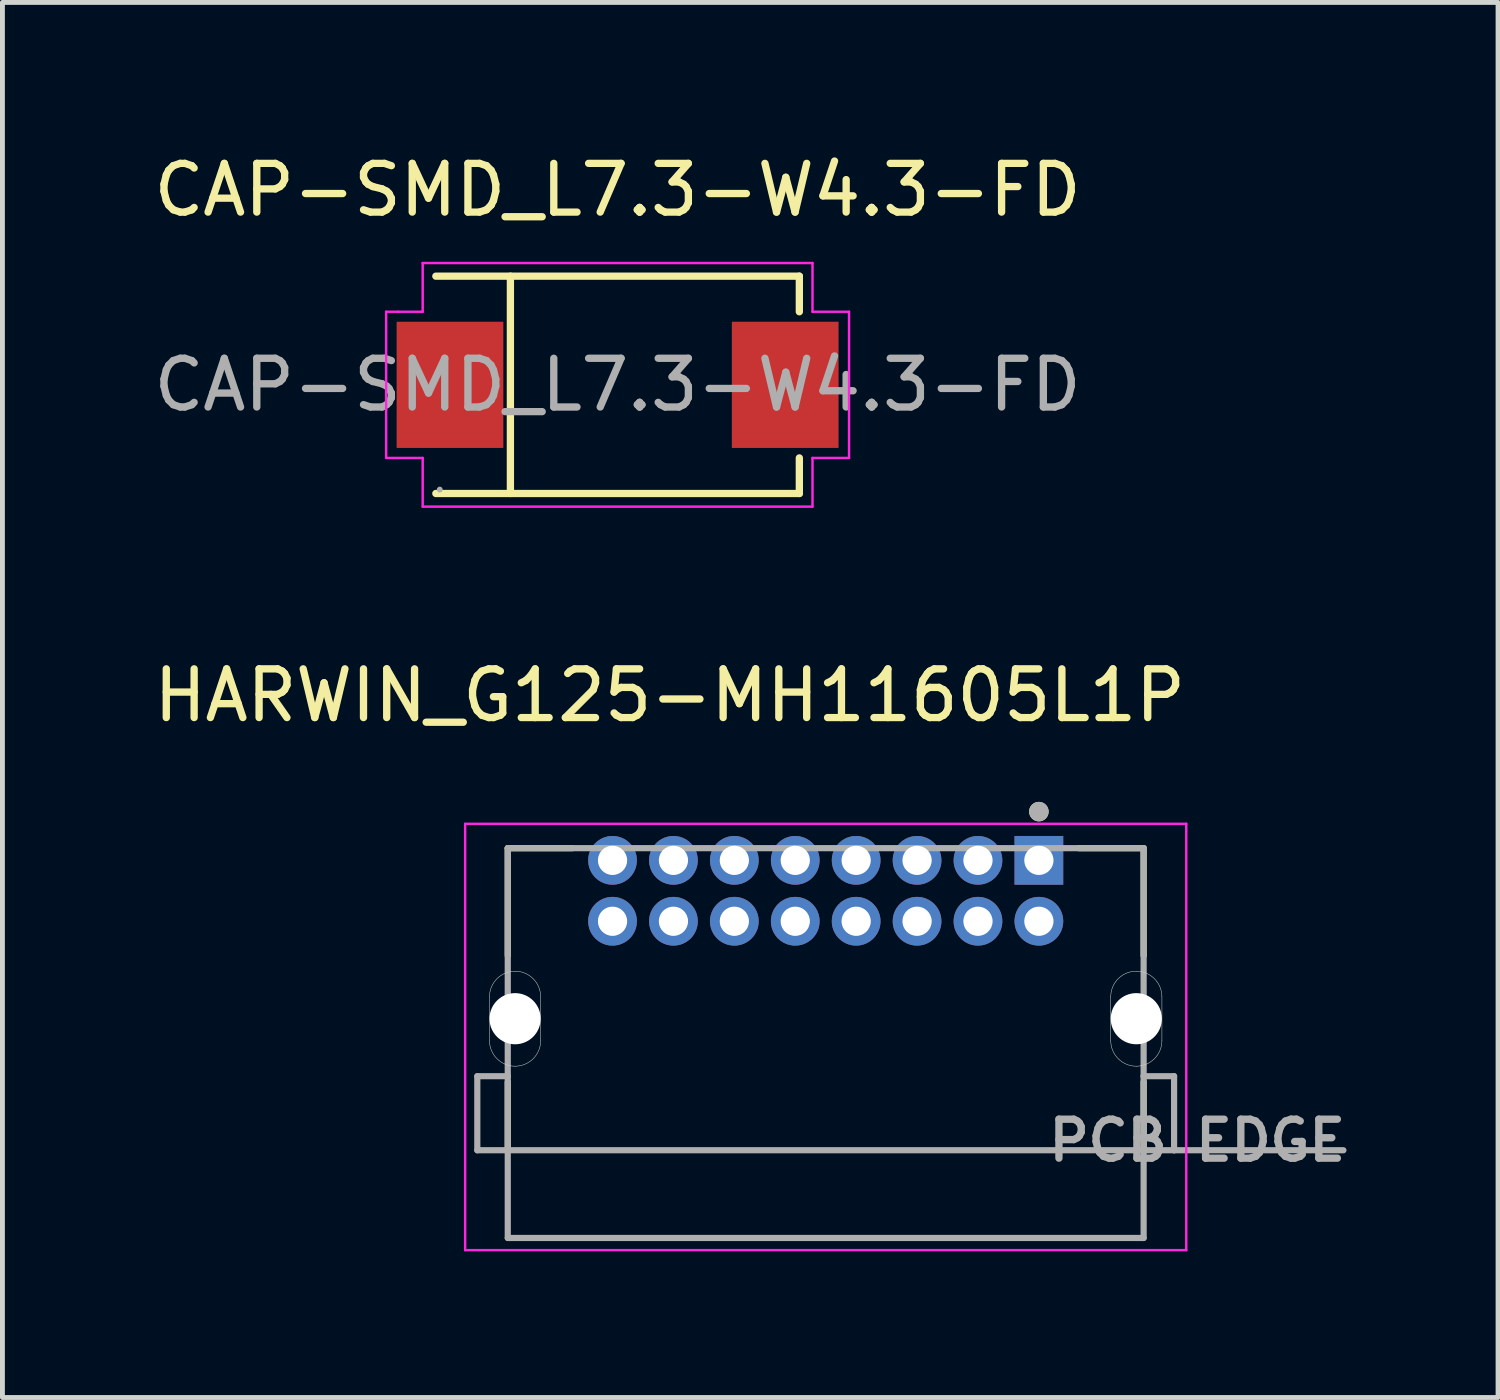
<source format=kicad_pcb>
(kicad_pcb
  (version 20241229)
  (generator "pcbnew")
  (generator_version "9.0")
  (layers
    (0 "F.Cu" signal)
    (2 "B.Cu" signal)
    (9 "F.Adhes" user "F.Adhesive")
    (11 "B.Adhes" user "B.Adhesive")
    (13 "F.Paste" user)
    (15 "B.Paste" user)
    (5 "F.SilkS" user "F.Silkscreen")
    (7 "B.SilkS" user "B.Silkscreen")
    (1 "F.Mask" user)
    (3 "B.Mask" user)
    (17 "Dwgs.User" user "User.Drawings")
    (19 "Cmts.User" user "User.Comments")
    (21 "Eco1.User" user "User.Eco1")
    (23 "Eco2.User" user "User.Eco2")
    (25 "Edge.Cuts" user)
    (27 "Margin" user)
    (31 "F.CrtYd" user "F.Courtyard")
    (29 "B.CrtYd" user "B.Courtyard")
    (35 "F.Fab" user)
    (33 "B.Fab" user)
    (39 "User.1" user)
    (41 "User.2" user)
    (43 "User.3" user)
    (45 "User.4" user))
  (footprint "CAP-SMD_L7.3-W4.3-FD"
    (layer "F.Cu")
    (at 9.625 4.848)
    (property "Reference" "CAP-SMD_L7.3-W4.3-FD" (at 0 -4 0) (layer "F.SilkS") (effects (font (size 1 1) (thickness 0.15))))
    (attr smd)
    (fp_line (start -3.73 -2.23) (end 3.73 -2.23) (stroke (width 0.15) (type solid)) (layer "F.SilkS"))
    (fp_line (start -3.73 2.23) (end 3.73 2.23) (stroke (width 0.15) (type solid)) (layer "F.SilkS"))
    (fp_line (start -2.2 -2.23) (end -2.2 2.23) (stroke (width 0.15) (type solid)) (layer "F.SilkS"))
    (fp_line (start 3.73 -2.23) (end 3.73 -1.5) (stroke (width 0.15) (type solid)) (layer "F.SilkS"))
    (fp_line (start 3.73 2.23) (end 3.73 1.5) (stroke (width 0.15) (type solid)) (layer "F.SilkS"))
    (fp_line (start -4.75 -1.5) (end -4.5 -1.5) (stroke (width 0.05) (type default)) (layer "F.CrtYd"))
    (fp_line (start -4.75 1.5) (end -4.75 -1.5) (stroke (width 0.05) (type default)) (layer "F.CrtYd"))
    (fp_line (start -4.5 -1.5) (end -4 -1.5) (stroke (width 0.05) (type default)) (layer "F.CrtYd"))
    (fp_line (start -4 -2.5) (end 4 -2.5) (stroke (width 0.05) (type default)) (layer "F.CrtYd"))
    (fp_line (start -4 -1.5) (end -4 -2.5) (stroke (width 0.05) (type default)) (layer "F.CrtYd"))
    (fp_line (start -4 1.5) (end -4.75 1.5) (stroke (width 0.05) (type default)) (layer "F.CrtYd"))
    (fp_line (start -4 2.5) (end -4 1.5) (stroke (width 0.05) (type default)) (layer "F.CrtYd"))
    (fp_line (start 4 -2.5) (end 4 -1.5) (stroke (width 0.05) (type default)) (layer "F.CrtYd"))
    (fp_line (start 4 -1.5) (end 4.75 -1.5) (stroke (width 0.05) (type default)) (layer "F.CrtYd"))
    (fp_line (start 4 1.5) (end 4 2.5) (stroke (width 0.05) (type default)) (layer "F.CrtYd"))
    (fp_line (start 4 2.5) (end -4 2.5) (stroke (width 0.05) (type default)) (layer "F.CrtYd"))
    (fp_line (start 4.75 -1.5) (end 4.75 1.5) (stroke (width 0.05) (type default)) (layer "F.CrtYd"))
    (fp_line (start 4.75 1.5) (end 4 1.5) (stroke (width 0.05) (type default)) (layer "F.CrtYd"))
    (fp_circle (center -3.65 2.15) (end -3.62 2.15) (stroke (width 0.06) (type solid)) (fill no) (layer "F.Fab"))
    (fp_text user "${REFERENCE}" (at 0 0 0) (layer "F.Fab") (effects (font (size 1 1) (thickness 0.15))))
    (pad "1" smd rect (at -3.44 0 180) (size 2.19 2.59) (layers "F.Cu" "F.Mask" "F.Paste"))
    (pad "2" smd rect (at 3.44 0 180) (size 2.19 2.59) (layers "F.Cu" "F.Mask" "F.Paste")))
  (footprint "HARWIN_G125-MH11605L1P"
    (layer "F.Cu")
    (at 13.896 17.857)
    (property "Reference" "HARWIN_G125-MH11605L1P" (at -3.2 -6.635 0) (layer "F.SilkS") (effects (font (size 1 1) (thickness 0.15))))
    (attr through_hole)
    (fp_poly (pts (xy -7 -0.45) (xy -7 0.45) (xy -6.999 0.483) (xy -6.997 0.515) (xy -6.992 0.548) (xy -6.986 0.58) (xy -6.979 0.612) (xy -6.969 0.643) (xy -6.958 0.674) (xy -6.946 0.704) (xy -6.932 0.734) (xy -6.916 0.762) (xy -6.899 0.79) (xy -6.881 0.817) (xy -6.861 0.843) (xy -6.839 0.868) (xy -6.817 0.892) (xy -6.793 0.914) (xy -6.768 0.936) (xy -6.742 0.956) (xy -6.715 0.974) (xy -6.688 0.991) (xy -6.659 1.007) (xy -6.629 1.021) (xy -6.599 1.033) (xy -6.568 1.044) (xy -6.537 1.054) (xy -6.505 1.061) (xy -6.473 1.067) (xy -6.44 1.072) (xy -6.408 1.074) (xy -6.375 1.075) (xy -6.342 1.074) (xy -6.31 1.072) (xy -6.277 1.067) (xy -6.245 1.061) (xy -6.213 1.054) (xy -6.182 1.044) (xy -6.151 1.033) (xy -6.121 1.021) (xy -6.091 1.007) (xy -6.063 0.991) (xy -6.035 0.974) (xy -6.008 0.956) (xy -5.982 0.936) (xy -5.957 0.914) (xy -5.933 0.892) (xy -5.911 0.868) (xy -5.889 0.843) (xy -5.869 0.817) (xy -5.851 0.79) (xy -5.834 0.762) (xy -5.818 0.734) (xy -5.804 0.704) (xy -5.792 0.674) (xy -5.781 0.643) (xy -5.771 0.612) (xy -5.764 0.58) (xy -5.758 0.548) (xy -5.753 0.515) (xy -5.751 0.483) (xy -5.75 0.45) (xy -5.75 -0.45) (xy -5.751 -0.483) (xy -5.753 -0.515) (xy -5.758 -0.548) (xy -5.764 -0.58) (xy -5.771 -0.612) (xy -5.781 -0.643) (xy -5.792 -0.674) (xy -5.804 -0.704) (xy -5.818 -0.734) (xy -5.834 -0.762) (xy -5.851 -0.79) (xy -5.869 -0.817) (xy -5.889 -0.843) (xy -5.911 -0.868) (xy -5.933 -0.892) (xy -5.957 -0.914) (xy -5.982 -0.936) (xy -6.008 -0.956) (xy -6.035 -0.974) (xy -6.063 -0.991) (xy -6.091 -1.007) (xy -6.121 -1.021) (xy -6.151 -1.033) (xy -6.182 -1.044) (xy -6.213 -1.054) (xy -6.245 -1.061) (xy -6.277 -1.067) (xy -6.31 -1.072) (xy -6.342 -1.074) (xy -6.375 -1.075) (xy -6.408 -1.074) (xy -6.44 -1.072) (xy -6.473 -1.067) (xy -6.505 -1.061) (xy -6.537 -1.054) (xy -6.568 -1.044) (xy -6.599 -1.033) (xy -6.629 -1.021) (xy -6.659 -1.007) (xy -6.688 -0.991) (xy -6.715 -0.974) (xy -6.742 -0.956) (xy -6.768 -0.936) (xy -6.793 -0.914) (xy -6.817 -0.892) (xy -6.839 -0.868) (xy -6.861 -0.843) (xy -6.881 -0.817) (xy -6.899 -0.79) (xy -6.916 -0.762) (xy -6.932 -0.734) (xy -6.946 -0.704) (xy -6.958 -0.674) (xy -6.969 -0.643) (xy -6.979 -0.612) (xy -6.986 -0.58) (xy -6.992 -0.548) (xy -6.997 -0.515) (xy -6.999 -0.483) (xy -7 -0.45)) (stroke (width 0.01) (type solid)) (fill yes) (layer "F.Mask"))
    (fp_poly (pts (xy 7 0.45) (xy 7 -0.45) (xy 6.999 -0.483) (xy 6.997 -0.515) (xy 6.992 -0.548) (xy 6.986 -0.58) (xy 6.979 -0.612) (xy 6.969 -0.643) (xy 6.958 -0.674) (xy 6.946 -0.704) (xy 6.932 -0.734) (xy 6.916 -0.762) (xy 6.899 -0.79) (xy 6.881 -0.817) (xy 6.861 -0.843) (xy 6.839 -0.868) (xy 6.817 -0.892) (xy 6.793 -0.914) (xy 6.768 -0.936) (xy 6.742 -0.956) (xy 6.715 -0.974) (xy 6.688 -0.991) (xy 6.659 -1.007) (xy 6.629 -1.021) (xy 6.599 -1.033) (xy 6.568 -1.044) (xy 6.537 -1.054) (xy 6.505 -1.061) (xy 6.473 -1.067) (xy 6.44 -1.072) (xy 6.408 -1.074) (xy 6.375 -1.075) (xy 6.342 -1.074) (xy 6.31 -1.072) (xy 6.277 -1.067) (xy 6.245 -1.061) (xy 6.213 -1.054) (xy 6.182 -1.044) (xy 6.151 -1.033) (xy 6.121 -1.021) (xy 6.091 -1.007) (xy 6.063 -0.991) (xy 6.035 -0.974) (xy 6.008 -0.956) (xy 5.982 -0.936) (xy 5.957 -0.914) (xy 5.933 -0.892) (xy 5.911 -0.868) (xy 5.889 -0.843) (xy 5.869 -0.817) (xy 5.851 -0.79) (xy 5.834 -0.762) (xy 5.818 -0.734) (xy 5.804 -0.704) (xy 5.792 -0.674) (xy 5.781 -0.643) (xy 5.771 -0.612) (xy 5.764 -0.58) (xy 5.758 -0.548) (xy 5.753 -0.515) (xy 5.751 -0.483) (xy 5.75 -0.45) (xy 5.75 0.45) (xy 5.751 0.483) (xy 5.753 0.515) (xy 5.758 0.548) (xy 5.764 0.58) (xy 5.771 0.612) (xy 5.781 0.643) (xy 5.792 0.674) (xy 5.804 0.704) (xy 5.818 0.734) (xy 5.834 0.762) (xy 5.851 0.79) (xy 5.869 0.817) (xy 5.889 0.843) (xy 5.911 0.868) (xy 5.933 0.892) (xy 5.957 0.914) (xy 5.982 0.936) (xy 6.008 0.956) (xy 6.035 0.974) (xy 6.063 0.991) (xy 6.091 1.007) (xy 6.121 1.021) (xy 6.151 1.033) (xy 6.182 1.044) (xy 6.213 1.054) (xy 6.245 1.061) (xy 6.277 1.067) (xy 6.31 1.072) (xy 6.342 1.074) (xy 6.375 1.075) (xy 6.408 1.074) (xy 6.44 1.072) (xy 6.473 1.067) (xy 6.505 1.061) (xy 6.537 1.054) (xy 6.568 1.044) (xy 6.599 1.033) (xy 6.629 1.021) (xy 6.659 1.007) (xy 6.688 0.991) (xy 6.715 0.974) (xy 6.742 0.956) (xy 6.768 0.936) (xy 6.793 0.914) (xy 6.817 0.892) (xy 6.839 0.868) (xy 6.861 0.843) (xy 6.881 0.817) (xy 6.899 0.79) (xy 6.916 0.762) (xy 6.932 0.734) (xy 6.946 0.704) (xy 6.958 0.674) (xy 6.969 0.643) (xy 6.979 0.612) (xy 6.986 0.58) (xy 6.992 0.548) (xy 6.997 0.515) (xy 6.999 0.483) (xy 7 0.45)) (stroke (width 0.01) (type solid)) (fill yes) (layer "F.Mask"))
    (fp_poly (pts (xy -7 -0.45) (xy -7 0.45) (xy -6.999 0.483) (xy -6.997 0.515) (xy -6.992 0.548) (xy -6.986 0.58) (xy -6.979 0.612) (xy -6.969 0.643) (xy -6.958 0.674) (xy -6.946 0.704) (xy -6.932 0.734) (xy -6.916 0.762) (xy -6.899 0.79) (xy -6.881 0.817) (xy -6.861 0.843) (xy -6.839 0.868) (xy -6.817 0.892) (xy -6.793 0.914) (xy -6.768 0.936) (xy -6.742 0.956) (xy -6.715 0.974) (xy -6.688 0.991) (xy -6.659 1.007) (xy -6.629 1.021) (xy -6.599 1.033) (xy -6.568 1.044) (xy -6.537 1.054) (xy -6.505 1.061) (xy -6.473 1.067) (xy -6.44 1.072) (xy -6.408 1.074) (xy -6.375 1.075) (xy -6.342 1.074) (xy -6.31 1.072) (xy -6.277 1.067) (xy -6.245 1.061) (xy -6.213 1.054) (xy -6.182 1.044) (xy -6.151 1.033) (xy -6.121 1.021) (xy -6.091 1.007) (xy -6.063 0.991) (xy -6.035 0.974) (xy -6.008 0.956) (xy -5.982 0.936) (xy -5.957 0.914) (xy -5.933 0.892) (xy -5.911 0.868) (xy -5.889 0.843) (xy -5.869 0.817) (xy -5.851 0.79) (xy -5.834 0.762) (xy -5.818 0.734) (xy -5.804 0.704) (xy -5.792 0.674) (xy -5.781 0.643) (xy -5.771 0.612) (xy -5.764 0.58) (xy -5.758 0.548) (xy -5.753 0.515) (xy -5.751 0.483) (xy -5.75 0.45) (xy -5.75 -0.45) (xy -5.751 -0.483) (xy -5.753 -0.515) (xy -5.758 -0.548) (xy -5.764 -0.58) (xy -5.771 -0.612) (xy -5.781 -0.643) (xy -5.792 -0.674) (xy -5.804 -0.704) (xy -5.818 -0.734) (xy -5.834 -0.762) (xy -5.851 -0.79) (xy -5.869 -0.817) (xy -5.889 -0.843) (xy -5.911 -0.868) (xy -5.933 -0.892) (xy -5.957 -0.914) (xy -5.982 -0.936) (xy -6.008 -0.956) (xy -6.035 -0.974) (xy -6.063 -0.991) (xy -6.091 -1.007) (xy -6.121 -1.021) (xy -6.151 -1.033) (xy -6.182 -1.044) (xy -6.213 -1.054) (xy -6.245 -1.061) (xy -6.277 -1.067) (xy -6.31 -1.072) (xy -6.342 -1.074) (xy -6.375 -1.075) (xy -6.408 -1.074) (xy -6.44 -1.072) (xy -6.473 -1.067) (xy -6.505 -1.061) (xy -6.537 -1.054) (xy -6.568 -1.044) (xy -6.599 -1.033) (xy -6.629 -1.021) (xy -6.659 -1.007) (xy -6.688 -0.991) (xy -6.715 -0.974) (xy -6.742 -0.956) (xy -6.768 -0.936) (xy -6.793 -0.914) (xy -6.817 -0.892) (xy -6.839 -0.868) (xy -6.861 -0.843) (xy -6.881 -0.817) (xy -6.899 -0.79) (xy -6.916 -0.762) (xy -6.932 -0.734) (xy -6.946 -0.704) (xy -6.958 -0.674) (xy -6.969 -0.643) (xy -6.979 -0.612) (xy -6.986 -0.58) (xy -6.992 -0.548) (xy -6.997 -0.515) (xy -6.999 -0.483) (xy -7 -0.45)) (stroke (width 0.01) (type solid)) (fill yes) (layer "B.Mask"))
    (fp_poly (pts (xy 7 0.45) (xy 7 -0.45) (xy 6.999 -0.483) (xy 6.997 -0.515) (xy 6.992 -0.548) (xy 6.986 -0.58) (xy 6.979 -0.612) (xy 6.969 -0.643) (xy 6.958 -0.674) (xy 6.946 -0.704) (xy 6.932 -0.734) (xy 6.916 -0.762) (xy 6.899 -0.79) (xy 6.881 -0.817) (xy 6.861 -0.843) (xy 6.839 -0.868) (xy 6.817 -0.892) (xy 6.793 -0.914) (xy 6.768 -0.936) (xy 6.742 -0.956) (xy 6.715 -0.974) (xy 6.688 -0.991) (xy 6.659 -1.007) (xy 6.629 -1.021) (xy 6.599 -1.033) (xy 6.568 -1.044) (xy 6.537 -1.054) (xy 6.505 -1.061) (xy 6.473 -1.067) (xy 6.44 -1.072) (xy 6.408 -1.074) (xy 6.375 -1.075) (xy 6.342 -1.074) (xy 6.31 -1.072) (xy 6.277 -1.067) (xy 6.245 -1.061) (xy 6.213 -1.054) (xy 6.182 -1.044) (xy 6.151 -1.033) (xy 6.121 -1.021) (xy 6.091 -1.007) (xy 6.063 -0.991) (xy 6.035 -0.974) (xy 6.008 -0.956) (xy 5.982 -0.936) (xy 5.957 -0.914) (xy 5.933 -0.892) (xy 5.911 -0.868) (xy 5.889 -0.843) (xy 5.869 -0.817) (xy 5.851 -0.79) (xy 5.834 -0.762) (xy 5.818 -0.734) (xy 5.804 -0.704) (xy 5.792 -0.674) (xy 5.781 -0.643) (xy 5.771 -0.612) (xy 5.764 -0.58) (xy 5.758 -0.548) (xy 5.753 -0.515) (xy 5.751 -0.483) (xy 5.75 -0.45) (xy 5.75 0.45) (xy 5.751 0.483) (xy 5.753 0.515) (xy 5.758 0.548) (xy 5.764 0.58) (xy 5.771 0.612) (xy 5.781 0.643) (xy 5.792 0.674) (xy 5.804 0.704) (xy 5.818 0.734) (xy 5.834 0.762) (xy 5.851 0.79) (xy 5.869 0.817) (xy 5.889 0.843) (xy 5.911 0.868) (xy 5.933 0.892) (xy 5.957 0.914) (xy 5.982 0.936) (xy 6.008 0.956) (xy 6.035 0.974) (xy 6.063 0.991) (xy 6.091 1.007) (xy 6.121 1.021) (xy 6.151 1.033) (xy 6.182 1.044) (xy 6.213 1.054) (xy 6.245 1.061) (xy 6.277 1.067) (xy 6.31 1.072) (xy 6.342 1.074) (xy 6.375 1.075) (xy 6.408 1.074) (xy 6.44 1.072) (xy 6.473 1.067) (xy 6.505 1.061) (xy 6.537 1.054) (xy 6.568 1.044) (xy 6.599 1.033) (xy 6.629 1.021) (xy 6.659 1.007) (xy 6.688 0.991) (xy 6.715 0.974) (xy 6.742 0.956) (xy 6.768 0.936) (xy 6.793 0.914) (xy 6.817 0.892) (xy 6.839 0.868) (xy 6.861 0.843) (xy 6.881 0.817) (xy 6.899 0.79) (xy 6.916 0.762) (xy 6.932 0.734) (xy 6.946 0.704) (xy 6.958 0.674) (xy 6.969 0.643) (xy 6.979 0.612) (xy 6.986 0.58) (xy 6.992 0.548) (xy 6.997 0.515) (xy 6.999 0.483) (xy 7 0.45)) (stroke (width 0.01) (type solid)) (fill yes) (layer "B.Mask"))
    (fp_line (start -6.525 -3.5) (end -6.525 -1.295) (stroke (width 0.127) (type solid)) (layer "F.SilkS"))
    (fp_line (start -6.525 -3.5) (end -5.195 -3.5) (stroke (width 0.127) (type solid)) (layer "F.SilkS"))
    (fp_line (start -6.525 1.295) (end -6.525 2.7) (stroke (width 0.127) (type solid)) (layer "F.SilkS"))
    (fp_line (start 6.525 -3.5) (end 5.195 -3.5) (stroke (width 0.127) (type solid)) (layer "F.SilkS"))
    (fp_line (start 6.525 -3.5) (end 6.525 -1.295) (stroke (width 0.127) (type solid)) (layer "F.SilkS"))
    (fp_line (start 6.525 1.295) (end 6.525 2.7) (stroke (width 0.127) (type solid)) (layer "F.SilkS"))
    (fp_circle (center 4.375 -4.25) (end 4.475 -4.25) (stroke (width 0.2) (type solid)) (fill no) (layer "F.SilkS"))
    (fp_line (start -6.9 -0.45) (end -6.9 0.45) (stroke (width 0.01) (type solid)) (layer "Edge.Cuts"))
    (fp_line (start -5.85 0.45) (end -5.85 -0.45) (stroke (width 0.01) (type solid)) (layer "Edge.Cuts"))
    (fp_line (start 5.85 -0.45) (end 5.85 0.45) (stroke (width 0.01) (type solid)) (layer "Edge.Cuts"))
    (fp_line (start 6.9 0.45) (end 6.9 -0.45) (stroke (width 0.01) (type solid)) (layer "Edge.Cuts"))
    (fp_arc (start -6.9 -0.45) (mid -6.746231 -0.821231) (end -6.375 -0.975) (stroke (width 0.01) (type solid)) (layer "Edge.Cuts"))
    (fp_arc (start -6.375 -0.975) (mid -6.003769 -0.821231) (end -5.85 -0.45) (stroke (width 0.01) (type solid)) (layer "Edge.Cuts"))
    (fp_arc (start -6.375 0.975) (mid -6.746231 0.821231) (end -6.9 0.45) (stroke (width 0.01) (type solid)) (layer "Edge.Cuts"))
    (fp_arc (start -5.85 0.45) (mid -6.003769 0.821231) (end -6.375 0.975) (stroke (width 0.01) (type solid)) (layer "Edge.Cuts"))
    (fp_arc (start 5.85 -0.45) (mid 6.003769 -0.821231) (end 6.375 -0.975) (stroke (width 0.01) (type solid)) (layer "Edge.Cuts"))
    (fp_arc (start 6.375 -0.975) (mid 6.746231 -0.821231) (end 6.9 -0.45) (stroke (width 0.01) (type solid)) (layer "Edge.Cuts"))
    (fp_arc (start 6.375 0.975) (mid 6.003769 0.821231) (end 5.85 0.45) (stroke (width 0.01) (type solid)) (layer "Edge.Cuts"))
    (fp_arc (start 6.9 0.45) (mid 6.746231 0.821231) (end 6.375 0.975) (stroke (width 0.01) (type solid)) (layer "Edge.Cuts"))
    (fp_line (start -7.4 -4) (end 7.4 -4) (stroke (width 0.05) (type solid)) (layer "F.CrtYd"))
    (fp_line (start -7.4 4.75) (end -7.4 -4) (stroke (width 0.05) (type solid)) (layer "F.CrtYd"))
    (fp_line (start 7.4 -4) (end 7.4 4.75) (stroke (width 0.05) (type solid)) (layer "F.CrtYd"))
    (fp_line (start 7.4 4.75) (end -7.4 4.75) (stroke (width 0.05) (type solid)) (layer "F.CrtYd"))
    (fp_line (start -7.15 1.18) (end -7.15 2.7) (stroke (width 0.127) (type solid)) (layer "F.Fab"))
    (fp_line (start -7.15 1.18) (end -6.525 1.18) (stroke (width 0.127) (type solid)) (layer "F.Fab"))
    (fp_line (start -7.15 2.7) (end -6.525 2.7) (stroke (width 0.127) (type solid)) (layer "F.Fab"))
    (fp_line (start -6.525 -3.5) (end -6.525 1.18) (stroke (width 0.127) (type solid)) (layer "F.Fab"))
    (fp_line (start -6.525 -3.5) (end 6.525 -3.5) (stroke (width 0.127) (type solid)) (layer "F.Fab"))
    (fp_line (start -6.525 1.18) (end -6.525 2.7) (stroke (width 0.127) (type solid)) (layer "F.Fab"))
    (fp_line (start -6.525 2.7) (end -6.525 4.5) (stroke (width 0.127) (type solid)) (layer "F.Fab"))
    (fp_line (start -6.525 2.7) (end 6.525 2.7) (stroke (width 0.127) (type solid)) (layer "F.Fab"))
    (fp_line (start -6.525 4.5) (end 6.525 4.5) (stroke (width 0.127) (type solid)) (layer "F.Fab"))
    (fp_line (start 6.525 -3.5) (end 6.525 1.18) (stroke (width 0.127) (type solid)) (layer "F.Fab"))
    (fp_line (start 6.525 1.18) (end 6.525 2.7) (stroke (width 0.127) (type solid)) (layer "F.Fab"))
    (fp_line (start 6.525 1.18) (end 7.15 1.18) (stroke (width 0.127) (type solid)) (layer "F.Fab"))
    (fp_line (start 6.525 2.7) (end 6.525 4.5) (stroke (width 0.127) (type solid)) (layer "F.Fab"))
    (fp_line (start 6.525 2.7) (end 7.15 2.7) (stroke (width 0.127) (type solid)) (layer "F.Fab"))
    (fp_line (start 7.15 1.18) (end 7.15 2.7) (stroke (width 0.127) (type solid)) (layer "F.Fab"))
    (fp_line (start 7.15 2.7) (end 10.625 2.7) (stroke (width 0.127) (type solid)) (layer "F.Fab"))
    (fp_circle (center 4.375 -4.25) (end 4.475 -4.25) (stroke (width 0.2) (type solid)) (fill no) (layer "F.Fab"))
    (fp_text user "PCB EDGE" (at 7.625 2.5 0) (layer "F.Fab") (effects (font (size 0.8 0.8) (thickness 0.15))))
    (pad "" np_thru_hole circle (at -6.375 0) (size 1.05 1.05) (drill 1.05) (layers "*.Cu" "*.Mask"))
    (pad "" np_thru_hole circle (at 6.375 0) (size 1.05 1.05) (drill 1.05) (layers "*.Cu" "*.Mask"))
    (pad "1" thru_hole rect (at 4.375 -3.25) (size 1 1) (drill 0.6) (layers "*.Cu" "*.Mask"))
    (pad "2" thru_hole circle (at 3.125 -3.25) (size 1 1) (drill 0.6) (layers "*.Cu" "*.Mask"))
    (pad "3" thru_hole circle (at 1.875 -3.25) (size 1 1) (drill 0.6) (layers "*.Cu" "*.Mask"))
    (pad "4" thru_hole circle (at 0.625 -3.25) (size 1 1) (drill 0.6) (layers "*.Cu" "*.Mask"))
    (pad "5" thru_hole circle (at -0.625 -3.25) (size 1 1) (drill 0.6) (layers "*.Cu" "*.Mask"))
    (pad "6" thru_hole circle (at -1.875 -3.25) (size 1 1) (drill 0.6) (layers "*.Cu" "*.Mask"))
    (pad "7" thru_hole circle (at -3.125 -3.25) (size 1 1) (drill 0.6) (layers "*.Cu" "*.Mask"))
    (pad "8" thru_hole circle (at -4.375 -3.25) (size 1 1) (drill 0.6) (layers "*.Cu" "*.Mask"))
    (pad "9" thru_hole circle (at 4.375 -2) (size 1 1) (drill 0.6) (layers "*.Cu" "*.Mask"))
    (pad "10" thru_hole circle (at 3.125 -2) (size 1 1) (drill 0.6) (layers "*.Cu" "*.Mask"))
    (pad "11" thru_hole circle (at 1.875 -2) (size 1 1) (drill 0.6) (layers "*.Cu" "*.Mask"))
    (pad "12" thru_hole circle (at 0.625 -2) (size 1 1) (drill 0.6) (layers "*.Cu" "*.Mask"))
    (pad "13" thru_hole circle (at -0.625 -2) (size 1 1) (drill 0.6) (layers "*.Cu" "*.Mask"))
    (pad "14" thru_hole circle (at -1.875 -2) (size 1 1) (drill 0.6) (layers "*.Cu" "*.Mask"))
    (pad "15" thru_hole circle (at -3.125 -2) (size 1 1) (drill 0.6) (layers "*.Cu" "*.Mask"))
    (pad "16" thru_hole circle (at -4.375 -2) (size 1 1) (drill 0.6) (layers "*.Cu" "*.Mask")))
  (gr_rect
    (start -3 -3)
    (end 27.695 25.631)
    (stroke (width 0.1) (type default))
    (fill no)
    (layer "Edge.Cuts")))
</source>
